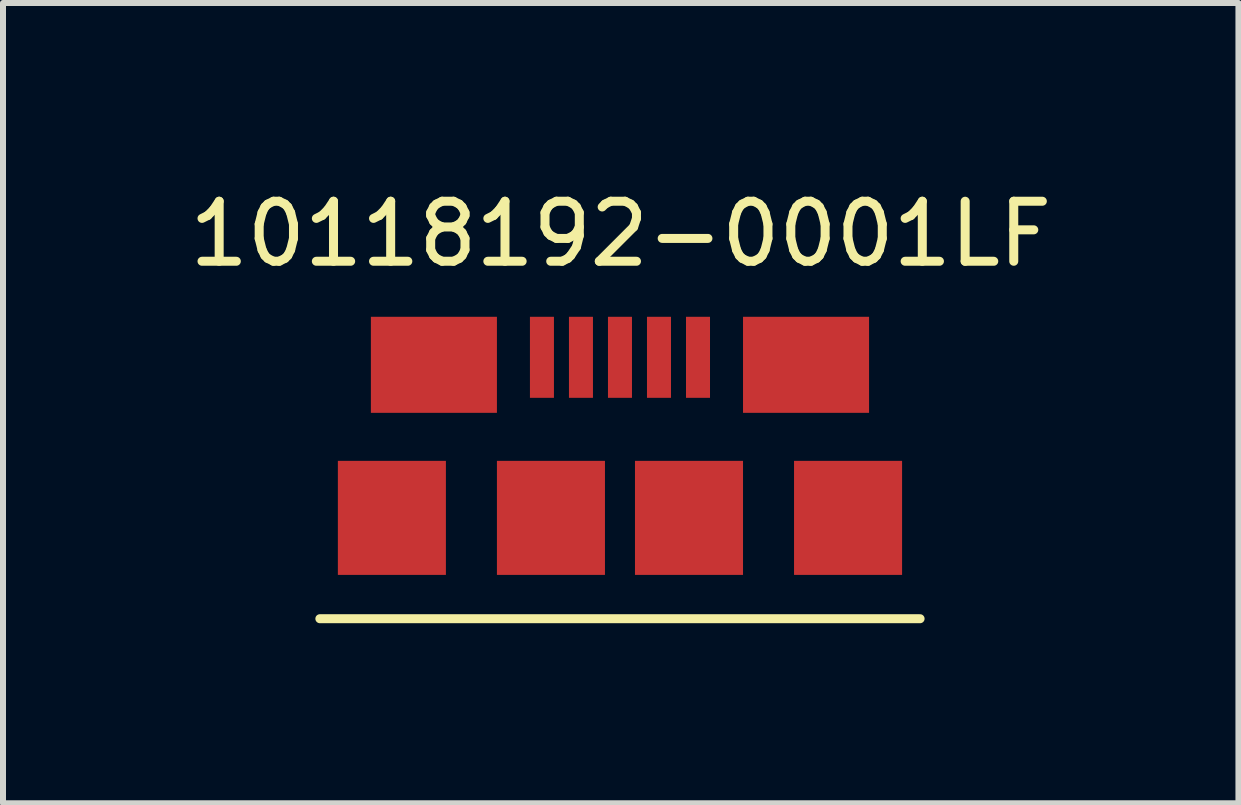
<source format=kicad_pcb>
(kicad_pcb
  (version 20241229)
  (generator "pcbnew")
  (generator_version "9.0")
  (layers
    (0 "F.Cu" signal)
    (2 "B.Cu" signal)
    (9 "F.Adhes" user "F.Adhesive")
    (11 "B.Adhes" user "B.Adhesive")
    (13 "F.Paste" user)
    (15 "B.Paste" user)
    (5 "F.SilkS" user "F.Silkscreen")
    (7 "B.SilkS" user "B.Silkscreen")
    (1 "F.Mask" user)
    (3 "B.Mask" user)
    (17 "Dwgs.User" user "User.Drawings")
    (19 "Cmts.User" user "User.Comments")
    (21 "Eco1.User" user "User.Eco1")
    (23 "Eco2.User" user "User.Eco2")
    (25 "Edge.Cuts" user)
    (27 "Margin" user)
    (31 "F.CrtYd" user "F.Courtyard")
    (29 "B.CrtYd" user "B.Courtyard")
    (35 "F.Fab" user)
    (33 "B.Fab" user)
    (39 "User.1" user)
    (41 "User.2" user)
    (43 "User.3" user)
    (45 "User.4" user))
  (footprint "10118192-0001LF"
    (layer "F.Cu")
    (at 7.279 5.578)
    (property "Reference" "10118192-0001LF" (at 0.013 -4.73 0) (layer "F.SilkS") (effects (font (size 1 1) (thickness 0.15))))
    (attr through_hole)
    (fp_line (start -5 1.68) (end 5 1.68) (stroke (width 0.15) (type solid)) (layer "F.SilkS"))
    (pad "1" smd rect (at -1.3 -2.675) (size 0.4 1.35) (layers "F.Cu" "F.Mask" "F.Paste"))
    (pad "2" smd rect (at -0.65 -2.675) (size 0.4 1.35) (layers "F.Cu" "F.Mask" "F.Paste"))
    (pad "3" smd rect (at 0 -2.675) (size 0.4 1.35) (layers "F.Cu" "F.Mask" "F.Paste"))
    (pad "4" smd rect (at 0.65 -2.675) (size 0.4 1.35) (layers "F.Cu" "F.Mask" "F.Paste"))
    (pad "5" smd rect (at 1.3 -2.675) (size 0.4 1.35) (layers "F.Cu" "F.Mask" "F.Paste"))
    (pad "6" smd rect (at -3.8 0) (size 1.8 1.9) (layers "F.Cu" "F.Mask" "F.Paste"))
    (pad "6" smd rect (at -3.1 -2.55) (size 2.1 1.6) (layers "F.Cu" "F.Mask" "F.Paste"))
    (pad "6" smd rect (at -1.15 0) (size 1.8 1.9) (layers "F.Cu" "F.Mask" "F.Paste"))
    (pad "6" smd rect (at 1.15 0) (size 1.8 1.9) (layers "F.Cu" "F.Mask" "F.Paste"))
    (pad "6" smd rect (at 3.1 -2.55) (size 2.1 1.6) (layers "F.Cu" "F.Mask" "F.Paste"))
    (pad "6" smd rect (at 3.8 0) (size 1.8 1.9) (layers "F.Cu" "F.Mask" "F.Paste")))
  (gr_rect
    (start -3 -3)
    (end 17.583 10.333)
    (stroke (width 0.1) (type default))
    (fill no)
    (layer "Edge.Cuts")))
</source>
